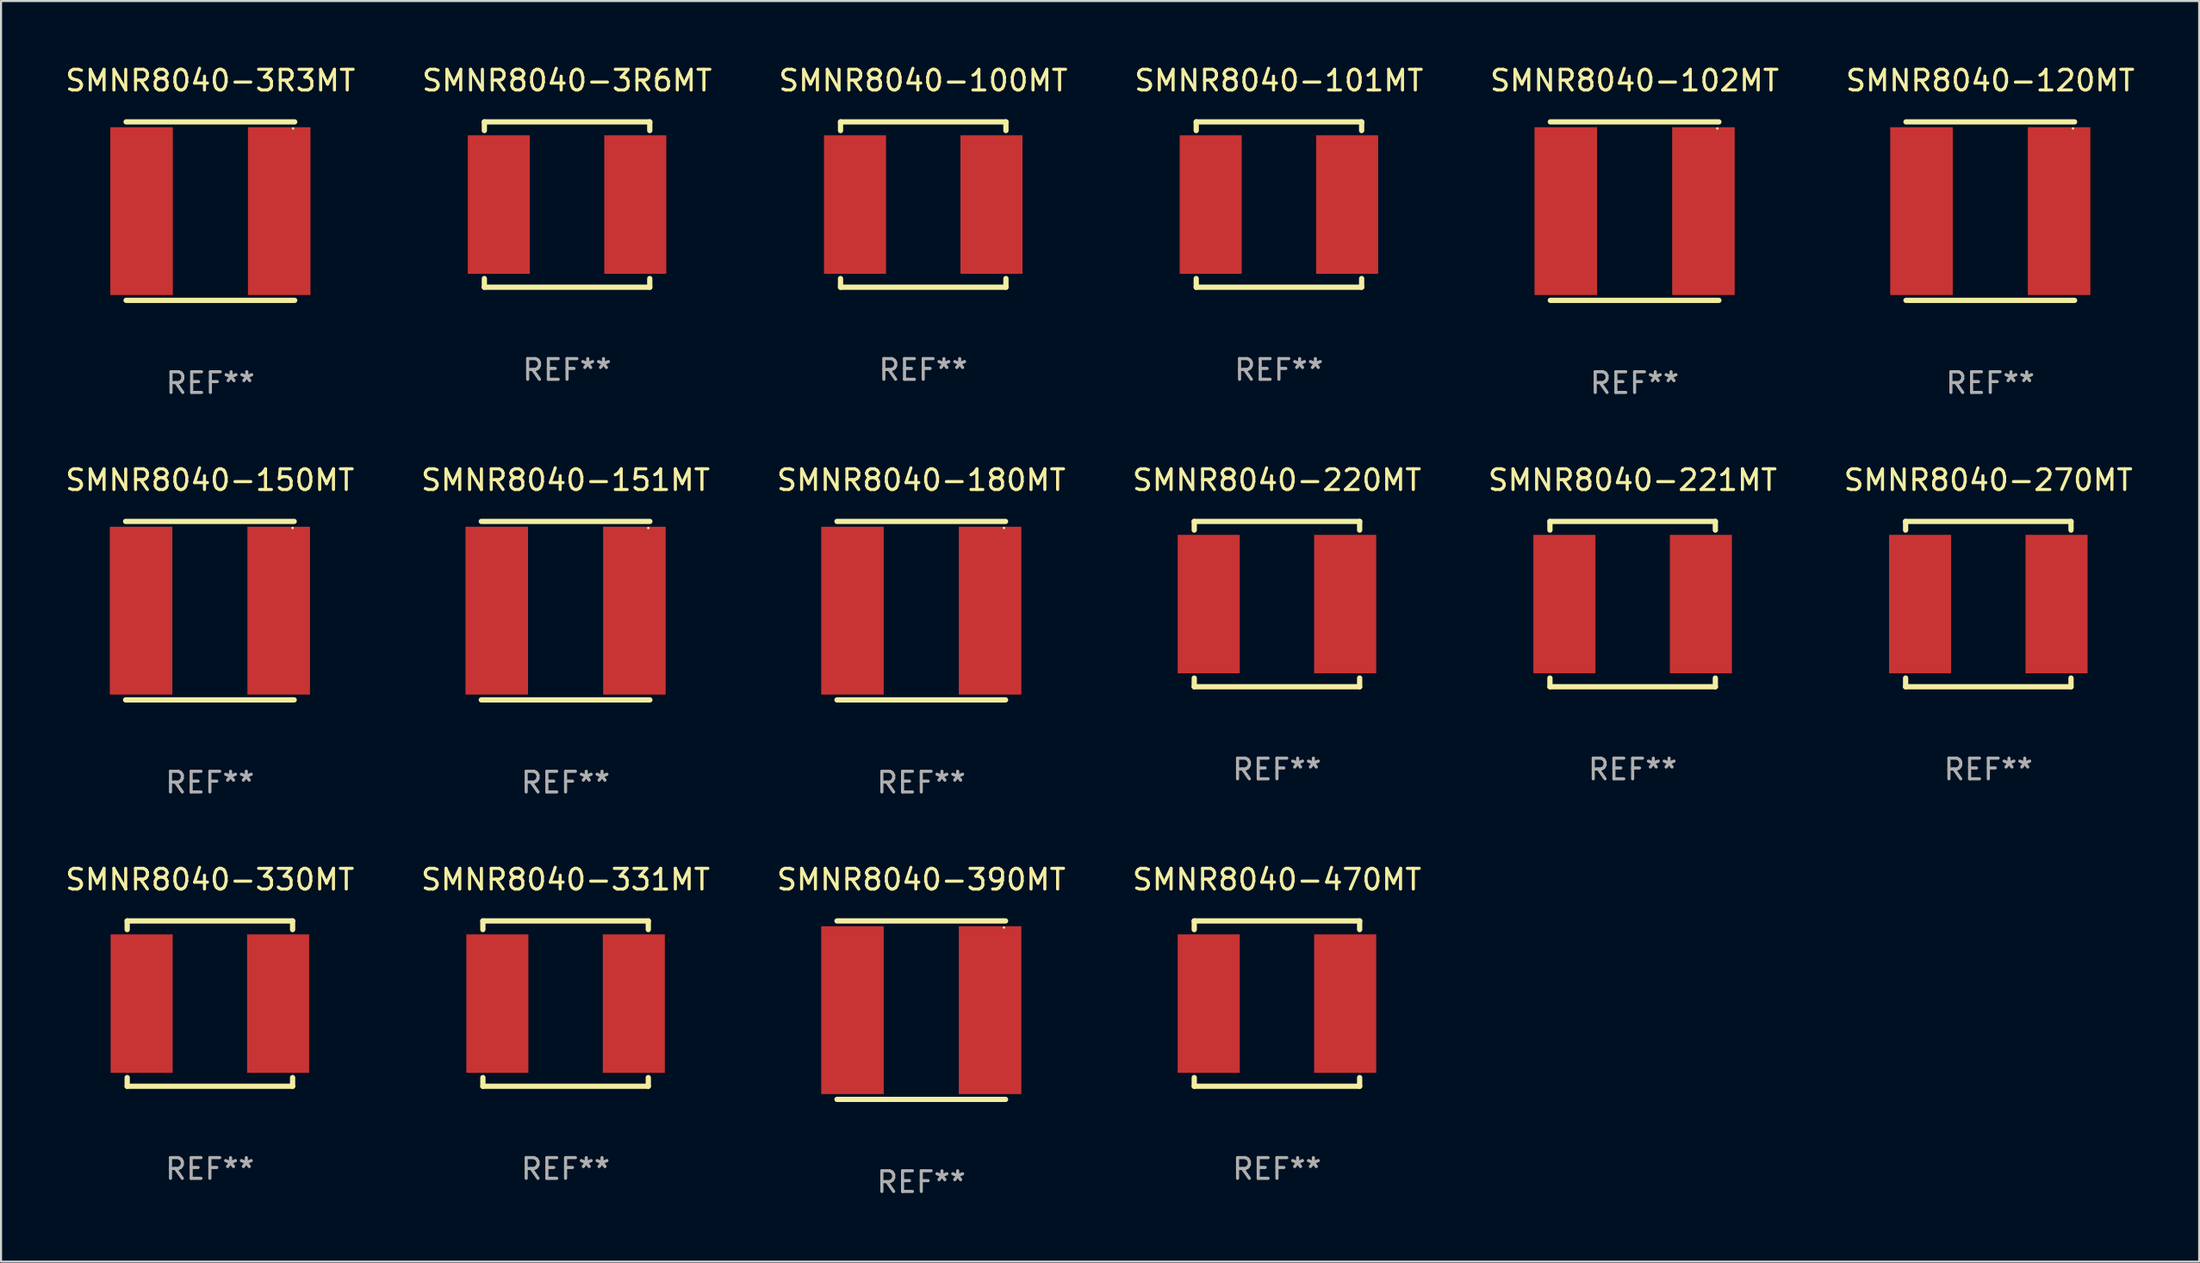
<source format=kicad_pcb>
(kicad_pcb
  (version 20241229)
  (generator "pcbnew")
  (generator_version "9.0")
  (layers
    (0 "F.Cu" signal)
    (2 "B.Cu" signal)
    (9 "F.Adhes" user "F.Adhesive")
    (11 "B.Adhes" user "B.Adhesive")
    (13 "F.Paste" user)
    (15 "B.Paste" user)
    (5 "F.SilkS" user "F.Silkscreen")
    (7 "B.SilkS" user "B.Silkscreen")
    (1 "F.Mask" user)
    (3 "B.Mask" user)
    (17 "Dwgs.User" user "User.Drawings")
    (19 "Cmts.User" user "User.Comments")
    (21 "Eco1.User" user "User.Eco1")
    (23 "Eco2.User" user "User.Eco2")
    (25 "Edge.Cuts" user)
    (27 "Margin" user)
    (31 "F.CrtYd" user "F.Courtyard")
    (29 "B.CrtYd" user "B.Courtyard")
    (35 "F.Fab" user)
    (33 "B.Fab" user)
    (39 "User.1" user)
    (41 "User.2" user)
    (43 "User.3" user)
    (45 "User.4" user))
  (footprint "SMNR8040-151MT"
    (layer "F.Cu")
    (at 24.304 26.499)
    (property "Reference" "SMNR8040-151MT" (at 0 -6.318 0) (layer "F.SilkS") (effects (font (size 1 1) (thickness 0.15))))
    (attr through_hole)
    (fp_line (start -4.076 -4.318) (end 4.076 -4.318) (stroke (width 0.254) (type solid)) (layer "F.SilkS"))
    (fp_line (start -4.076 4.318) (end 4.076 4.318) (stroke (width 0.254) (type solid)) (layer "F.SilkS"))
    (fp_circle (center 4 -4) (end 4.03 -4) (stroke (width 0.06) (type solid)) (fill no) (layer "F.SilkS"))
    (fp_text user "REF**" (at 0 8.318 0) (layer "F.Fab") (effects (font (size 1 1) (thickness 0.15))))
    (pad "1" smd rect (at 3.328 0) (size 3.024 8.12) (layers "F.Cu" "F.Mask" "F.Paste"))
    (pad "2" smd rect (at -3.328 0) (size 3.024 8.12) (layers "F.Cu" "F.Mask" "F.Paste")))
  (footprint "SMNR8040-3R3MT"
    (layer "F.Cu")
    (at 7.125 7.166)
    (property "Reference" "SMNR8040-3R3MT" (at 0 -6.318 0) (layer "F.SilkS") (effects (font (size 1 1) (thickness 0.15))))
    (attr through_hole)
    (fp_line (start -4.076 -4.318) (end 4.076 -4.318) (stroke (width 0.254) (type solid)) (layer "F.SilkS"))
    (fp_line (start -4.076 4.318) (end 4.076 4.318) (stroke (width 0.254) (type solid)) (layer "F.SilkS"))
    (fp_circle (center 4 -4) (end 4.03 -4) (stroke (width 0.06) (type solid)) (fill no) (layer "F.SilkS"))
    (fp_text user "REF**" (at 0 8.318 0) (layer "F.Fab") (effects (font (size 1 1) (thickness 0.15))))
    (pad "1" smd rect (at 3.328 0) (size 3.024 8.12) (layers "F.Cu" "F.Mask" "F.Paste"))
    (pad "2" smd rect (at -3.328 0) (size 3.024 8.12) (layers "F.Cu" "F.Mask" "F.Paste")))
  (footprint "SMNR8040-470MT"
    (layer "F.Cu")
    (at 58.708 45.513)
    (property "Reference" "SMNR8040-470MT" (at 0 -6 0) (layer "F.SilkS") (effects (font (size 1 1) (thickness 0.15))))
    (attr through_hole)
    (fp_line (start -4 -4) (end 4 -4) (stroke (width 0.254) (type solid)) (layer "F.SilkS"))
    (fp_line (start -4 -3.581) (end -4 -4) (stroke (width 0.254) (type solid)) (layer "F.SilkS"))
    (fp_line (start -4 4) (end -4 3.581) (stroke (width 0.254) (type solid)) (layer "F.SilkS"))
    (fp_line (start 4 -4) (end 4 -3.581) (stroke (width 0.254) (type solid)) (layer "F.SilkS"))
    (fp_line (start 4 3.581) (end 4 4) (stroke (width 0.254) (type solid)) (layer "F.SilkS"))
    (fp_line (start 4 4) (end -4 4) (stroke (width 0.254) (type solid)) (layer "F.SilkS"))
    (fp_circle (center -4 4) (end -3.97 4) (stroke (width 0.06) (type solid)) (fill no) (layer "F.SilkS"))
    (fp_text user "REF**" (at 0 8 0) (layer "F.Fab") (effects (font (size 1 1) (thickness 0.15))))
    (pad "1" smd rect (at -3.3 0) (size 3 6.7) (layers "F.Cu" "F.Mask" "F.Paste"))
    (pad "2" smd rect (at 3.3 0) (size 3 6.7) (layers "F.Cu" "F.Mask" "F.Paste")))
  (footprint "SMNR8040-331MT"
    (layer "F.Cu")
    (at 24.304 45.513)
    (property "Reference" "SMNR8040-331MT" (at 0 -6 0) (layer "F.SilkS") (effects (font (size 1 1) (thickness 0.15))))
    (attr through_hole)
    (fp_line (start -4 -4) (end 4 -4) (stroke (width 0.254) (type solid)) (layer "F.SilkS"))
    (fp_line (start -4 -3.581) (end -4 -4) (stroke (width 0.254) (type solid)) (layer "F.SilkS"))
    (fp_line (start -4 4) (end -4 3.581) (stroke (width 0.254) (type solid)) (layer "F.SilkS"))
    (fp_line (start 4 -4) (end 4 -3.581) (stroke (width 0.254) (type solid)) (layer "F.SilkS"))
    (fp_line (start 4 3.581) (end 4 4) (stroke (width 0.254) (type solid)) (layer "F.SilkS"))
    (fp_line (start 4 4) (end -4 4) (stroke (width 0.254) (type solid)) (layer "F.SilkS"))
    (fp_circle (center -4 4) (end -3.97 4) (stroke (width 0.06) (type solid)) (fill no) (layer "F.SilkS"))
    (fp_text user "REF**" (at 0 8 0) (layer "F.Fab") (effects (font (size 1 1) (thickness 0.15))))
    (pad "1" smd rect (at -3.3 0) (size 3 6.7) (layers "F.Cu" "F.Mask" "F.Paste"))
    (pad "2" smd rect (at 3.3 0) (size 3 6.7) (layers "F.Cu" "F.Mask" "F.Paste")))
  (footprint "SMNR8040-221MT"
    (layer "F.Cu")
    (at 75.911 26.181)
    (property "Reference" "SMNR8040-221MT" (at 0 -6 0) (layer "F.SilkS") (effects (font (size 1 1) (thickness 0.15))))
    (attr through_hole)
    (fp_line (start -4 -4) (end 4 -4) (stroke (width 0.254) (type solid)) (layer "F.SilkS"))
    (fp_line (start -4 -3.581) (end -4 -4) (stroke (width 0.254) (type solid)) (layer "F.SilkS"))
    (fp_line (start -4 4) (end -4 3.581) (stroke (width 0.254) (type solid)) (layer "F.SilkS"))
    (fp_line (start 4 -4) (end 4 -3.581) (stroke (width 0.254) (type solid)) (layer "F.SilkS"))
    (fp_line (start 4 3.581) (end 4 4) (stroke (width 0.254) (type solid)) (layer "F.SilkS"))
    (fp_line (start 4 4) (end -4 4) (stroke (width 0.254) (type solid)) (layer "F.SilkS"))
    (fp_circle (center -4 4) (end -3.97 4) (stroke (width 0.06) (type solid)) (fill no) (layer "F.SilkS"))
    (fp_text user "REF**" (at 0 8 0) (layer "F.Fab") (effects (font (size 1 1) (thickness 0.15))))
    (pad "1" smd rect (at -3.3 0) (size 3 6.7) (layers "F.Cu" "F.Mask" "F.Paste"))
    (pad "2" smd rect (at 3.3 0) (size 3 6.7) (layers "F.Cu" "F.Mask" "F.Paste")))
  (footprint "SMNR8040-330MT"
    (layer "F.Cu")
    (at 7.101 45.513)
    (property "Reference" "SMNR8040-330MT" (at 0 -6 0) (layer "F.SilkS") (effects (font (size 1 1) (thickness 0.15))))
    (attr through_hole)
    (fp_line (start -4 -4) (end 4 -4) (stroke (width 0.254) (type solid)) (layer "F.SilkS"))
    (fp_line (start -4 -3.581) (end -4 -4) (stroke (width 0.254) (type solid)) (layer "F.SilkS"))
    (fp_line (start -4 4) (end -4 3.581) (stroke (width 0.254) (type solid)) (layer "F.SilkS"))
    (fp_line (start 4 -4) (end 4 -3.581) (stroke (width 0.254) (type solid)) (layer "F.SilkS"))
    (fp_line (start 4 3.581) (end 4 4) (stroke (width 0.254) (type solid)) (layer "F.SilkS"))
    (fp_line (start 4 4) (end -4 4) (stroke (width 0.254) (type solid)) (layer "F.SilkS"))
    (fp_circle (center -4 4) (end -3.97 4) (stroke (width 0.06) (type solid)) (fill no) (layer "F.SilkS"))
    (fp_text user "REF**" (at 0 8 0) (layer "F.Fab") (effects (font (size 1 1) (thickness 0.15))))
    (pad "1" smd rect (at -3.3 0) (size 3 6.7) (layers "F.Cu" "F.Mask" "F.Paste"))
    (pad "2" smd rect (at 3.3 0) (size 3 6.7) (layers "F.Cu" "F.Mask" "F.Paste")))
  (footprint "SMNR8040-120MT"
    (layer "F.Cu")
    (at 93.208 7.166)
    (property "Reference" "SMNR8040-120MT" (at 0 -6.318 0) (layer "F.SilkS") (effects (font (size 1 1) (thickness 0.15))))
    (attr through_hole)
    (fp_line (start -4.076 -4.318) (end 4.076 -4.318) (stroke (width 0.254) (type solid)) (layer "F.SilkS"))
    (fp_line (start -4.076 4.318) (end 4.076 4.318) (stroke (width 0.254) (type solid)) (layer "F.SilkS"))
    (fp_circle (center 4 -4) (end 4.03 -4) (stroke (width 0.06) (type solid)) (fill no) (layer "F.SilkS"))
    (fp_text user "REF**" (at 0 8.318 0) (layer "F.Fab") (effects (font (size 1 1) (thickness 0.15))))
    (pad "1" smd rect (at 3.328 0) (size 3.024 8.12) (layers "F.Cu" "F.Mask" "F.Paste"))
    (pad "2" smd rect (at -3.328 0) (size 3.024 8.12) (layers "F.Cu" "F.Mask" "F.Paste")))
  (footprint "SMNR8040-220MT"
    (layer "F.Cu")
    (at 58.708 26.181)
    (property "Reference" "SMNR8040-220MT" (at 0 -6 0) (layer "F.SilkS") (effects (font (size 1 1) (thickness 0.15))))
    (attr through_hole)
    (fp_line (start -4 -4) (end 4 -4) (stroke (width 0.254) (type solid)) (layer "F.SilkS"))
    (fp_line (start -4 -3.581) (end -4 -4) (stroke (width 0.254) (type solid)) (layer "F.SilkS"))
    (fp_line (start -4 4) (end -4 3.581) (stroke (width 0.254) (type solid)) (layer "F.SilkS"))
    (fp_line (start 4 -4) (end 4 -3.581) (stroke (width 0.254) (type solid)) (layer "F.SilkS"))
    (fp_line (start 4 3.581) (end 4 4) (stroke (width 0.254) (type solid)) (layer "F.SilkS"))
    (fp_line (start 4 4) (end -4 4) (stroke (width 0.254) (type solid)) (layer "F.SilkS"))
    (fp_circle (center -4 4) (end -3.97 4) (stroke (width 0.06) (type solid)) (fill no) (layer "F.SilkS"))
    (fp_text user "REF**" (at 0 8 0) (layer "F.Fab") (effects (font (size 1 1) (thickness 0.15))))
    (pad "1" smd rect (at -3.3 0) (size 3 6.7) (layers "F.Cu" "F.Mask" "F.Paste"))
    (pad "2" smd rect (at 3.3 0) (size 3 6.7) (layers "F.Cu" "F.Mask" "F.Paste")))
  (footprint "SMNR8040-3R6MT"
    (layer "F.Cu")
    (at 24.375 6.848)
    (property "Reference" "SMNR8040-3R6MT" (at 0 -6 0) (layer "F.SilkS") (effects (font (size 1 1) (thickness 0.15))))
    (attr through_hole)
    (fp_line (start -4 -4) (end 4 -4) (stroke (width 0.254) (type solid)) (layer "F.SilkS"))
    (fp_line (start -4 -3.581) (end -4 -4) (stroke (width 0.254) (type solid)) (layer "F.SilkS"))
    (fp_line (start -4 4) (end -4 3.581) (stroke (width 0.254) (type solid)) (layer "F.SilkS"))
    (fp_line (start 4 -4) (end 4 -3.581) (stroke (width 0.254) (type solid)) (layer "F.SilkS"))
    (fp_line (start 4 3.581) (end 4 4) (stroke (width 0.254) (type solid)) (layer "F.SilkS"))
    (fp_line (start 4 4) (end -4 4) (stroke (width 0.254) (type solid)) (layer "F.SilkS"))
    (fp_circle (center -4 4) (end -3.97 4) (stroke (width 0.06) (type solid)) (fill no) (layer "F.SilkS"))
    (fp_text user "REF**" (at 0 8 0) (layer "F.Fab") (effects (font (size 1 1) (thickness 0.15))))
    (pad "1" smd rect (at -3.3 0) (size 3 6.7) (layers "F.Cu" "F.Mask" "F.Paste"))
    (pad "2" smd rect (at 3.3 0) (size 3 6.7) (layers "F.Cu" "F.Mask" "F.Paste")))
  (footprint "SMNR8040-180MT"
    (layer "F.Cu")
    (at 41.506 26.499)
    (property "Reference" "SMNR8040-180MT" (at 0 -6.318 0) (layer "F.SilkS") (effects (font (size 1 1) (thickness 0.15))))
    (attr through_hole)
    (fp_line (start -4.076 -4.318) (end 4.076 -4.318) (stroke (width 0.254) (type solid)) (layer "F.SilkS"))
    (fp_line (start -4.076 4.318) (end 4.076 4.318) (stroke (width 0.254) (type solid)) (layer "F.SilkS"))
    (fp_circle (center 4 -4) (end 4.03 -4) (stroke (width 0.06) (type solid)) (fill no) (layer "F.SilkS"))
    (fp_text user "REF**" (at 0 8.318 0) (layer "F.Fab") (effects (font (size 1 1) (thickness 0.15))))
    (pad "1" smd rect (at 3.328 0) (size 3.024 8.12) (layers "F.Cu" "F.Mask" "F.Paste"))
    (pad "2" smd rect (at -3.328 0) (size 3.024 8.12) (layers "F.Cu" "F.Mask" "F.Paste")))
  (footprint "SMNR8040-101MT"
    (layer "F.Cu")
    (at 58.804 6.848)
    (property "Reference" "SMNR8040-101MT" (at 0 -6 0) (layer "F.SilkS") (effects (font (size 1 1) (thickness 0.15))))
    (attr through_hole)
    (fp_line (start -4 -4) (end 4 -4) (stroke (width 0.254) (type solid)) (layer "F.SilkS"))
    (fp_line (start -4 -3.581) (end -4 -4) (stroke (width 0.254) (type solid)) (layer "F.SilkS"))
    (fp_line (start -4 4) (end -4 3.581) (stroke (width 0.254) (type solid)) (layer "F.SilkS"))
    (fp_line (start 4 -4) (end 4 -3.581) (stroke (width 0.254) (type solid)) (layer "F.SilkS"))
    (fp_line (start 4 3.581) (end 4 4) (stroke (width 0.254) (type solid)) (layer "F.SilkS"))
    (fp_line (start 4 4) (end -4 4) (stroke (width 0.254) (type solid)) (layer "F.SilkS"))
    (fp_circle (center -4 4) (end -3.97 4) (stroke (width 0.06) (type solid)) (fill no) (layer "F.SilkS"))
    (fp_text user "REF**" (at 0 8 0) (layer "F.Fab") (effects (font (size 1 1) (thickness 0.15))))
    (pad "1" smd rect (at -3.3 0) (size 3 6.7) (layers "F.Cu" "F.Mask" "F.Paste"))
    (pad "2" smd rect (at 3.3 0) (size 3 6.7) (layers "F.Cu" "F.Mask" "F.Paste")))
  (footprint "SMNR8040-102MT"
    (layer "F.Cu")
    (at 76.006 7.166)
    (property "Reference" "SMNR8040-102MT" (at 0 -6.318 0) (layer "F.SilkS") (effects (font (size 1 1) (thickness 0.15))))
    (attr through_hole)
    (fp_line (start -4.076 -4.318) (end 4.076 -4.318) (stroke (width 0.254) (type solid)) (layer "F.SilkS"))
    (fp_line (start -4.076 4.318) (end 4.076 4.318) (stroke (width 0.254) (type solid)) (layer "F.SilkS"))
    (fp_circle (center 4 -4) (end 4.03 -4) (stroke (width 0.06) (type solid)) (fill no) (layer "F.SilkS"))
    (fp_text user "REF**" (at 0 8.318 0) (layer "F.Fab") (effects (font (size 1 1) (thickness 0.15))))
    (pad "1" smd rect (at 3.328 0) (size 3.024 8.12) (layers "F.Cu" "F.Mask" "F.Paste"))
    (pad "2" smd rect (at -3.328 0) (size 3.024 8.12) (layers "F.Cu" "F.Mask" "F.Paste")))
  (footprint "SMNR8040-270MT"
    (layer "F.Cu")
    (at 93.113 26.181)
    (property "Reference" "SMNR8040-270MT" (at 0 -6 0) (layer "F.SilkS") (effects (font (size 1 1) (thickness 0.15))))
    (attr through_hole)
    (fp_line (start -4 -4) (end 4 -4) (stroke (width 0.254) (type solid)) (layer "F.SilkS"))
    (fp_line (start -4 -3.581) (end -4 -4) (stroke (width 0.254) (type solid)) (layer "F.SilkS"))
    (fp_line (start -4 4) (end -4 3.581) (stroke (width 0.254) (type solid)) (layer "F.SilkS"))
    (fp_line (start 4 -4) (end 4 -3.581) (stroke (width 0.254) (type solid)) (layer "F.SilkS"))
    (fp_line (start 4 3.581) (end 4 4) (stroke (width 0.254) (type solid)) (layer "F.SilkS"))
    (fp_line (start 4 4) (end -4 4) (stroke (width 0.254) (type solid)) (layer "F.SilkS"))
    (fp_circle (center -4 4) (end -3.97 4) (stroke (width 0.06) (type solid)) (fill no) (layer "F.SilkS"))
    (fp_text user "REF**" (at 0 8 0) (layer "F.Fab") (effects (font (size 1 1) (thickness 0.15))))
    (pad "1" smd rect (at -3.3 0) (size 3 6.7) (layers "F.Cu" "F.Mask" "F.Paste"))
    (pad "2" smd rect (at 3.3 0) (size 3 6.7) (layers "F.Cu" "F.Mask" "F.Paste")))
  (footprint "SMNR8040-150MT"
    (layer "F.Cu")
    (at 7.101 26.499)
    (property "Reference" "SMNR8040-150MT" (at 0 -6.318 0) (layer "F.SilkS") (effects (font (size 1 1) (thickness 0.15))))
    (attr through_hole)
    (fp_line (start -4.076 -4.318) (end 4.076 -4.318) (stroke (width 0.254) (type solid)) (layer "F.SilkS"))
    (fp_line (start -4.076 4.318) (end 4.076 4.318) (stroke (width 0.254) (type solid)) (layer "F.SilkS"))
    (fp_circle (center 4 -4) (end 4.03 -4) (stroke (width 0.06) (type solid)) (fill no) (layer "F.SilkS"))
    (fp_text user "REF**" (at 0 8.318 0) (layer "F.Fab") (effects (font (size 1 1) (thickness 0.15))))
    (pad "1" smd rect (at 3.328 0) (size 3.024 8.12) (layers "F.Cu" "F.Mask" "F.Paste"))
    (pad "2" smd rect (at -3.328 0) (size 3.024 8.12) (layers "F.Cu" "F.Mask" "F.Paste")))
  (footprint "SMNR8040-390MT"
    (layer "F.Cu")
    (at 41.506 45.831)
    (property "Reference" "SMNR8040-390MT" (at 0 -6.318 0) (layer "F.SilkS") (effects (font (size 1 1) (thickness 0.15))))
    (attr through_hole)
    (fp_line (start -4.076 -4.318) (end 4.076 -4.318) (stroke (width 0.254) (type solid)) (layer "F.SilkS"))
    (fp_line (start -4.076 4.318) (end 4.076 4.318) (stroke (width 0.254) (type solid)) (layer "F.SilkS"))
    (fp_circle (center 4 -4) (end 4.03 -4) (stroke (width 0.06) (type solid)) (fill no) (layer "F.SilkS"))
    (fp_text user "REF**" (at 0 8.318 0) (layer "F.Fab") (effects (font (size 1 1) (thickness 0.15))))
    (pad "1" smd rect (at 3.328 0) (size 3.024 8.12) (layers "F.Cu" "F.Mask" "F.Paste"))
    (pad "2" smd rect (at -3.328 0) (size 3.024 8.12) (layers "F.Cu" "F.Mask" "F.Paste")))
  (footprint "SMNR8040-100MT"
    (layer "F.Cu")
    (at 41.601 6.848)
    (property "Reference" "SMNR8040-100MT" (at 0 -6 0) (layer "F.SilkS") (effects (font (size 1 1) (thickness 0.15))))
    (attr through_hole)
    (fp_line (start -4 -4) (end 4 -4) (stroke (width 0.254) (type solid)) (layer "F.SilkS"))
    (fp_line (start -4 -3.581) (end -4 -4) (stroke (width 0.254) (type solid)) (layer "F.SilkS"))
    (fp_line (start -4 4) (end -4 3.581) (stroke (width 0.254) (type solid)) (layer "F.SilkS"))
    (fp_line (start 4 -4) (end 4 -3.581) (stroke (width 0.254) (type solid)) (layer "F.SilkS"))
    (fp_line (start 4 3.581) (end 4 4) (stroke (width 0.254) (type solid)) (layer "F.SilkS"))
    (fp_line (start 4 4) (end -4 4) (stroke (width 0.254) (type solid)) (layer "F.SilkS"))
    (fp_circle (center -4 4) (end -3.97 4) (stroke (width 0.06) (type solid)) (fill no) (layer "F.SilkS"))
    (fp_text user "REF**" (at 0 8 0) (layer "F.Fab") (effects (font (size 1 1) (thickness 0.15))))
    (pad "1" smd rect (at -3.3 0) (size 3 6.7) (layers "F.Cu" "F.Mask" "F.Paste"))
    (pad "2" smd rect (at 3.3 0) (size 3 6.7) (layers "F.Cu" "F.Mask" "F.Paste")))
  (gr_rect
    (start -3 -3)
    (end 103.31 57.998)
    (stroke (width 0.1) (type default))
    (fill no)
    (layer "Edge.Cuts")))
</source>
